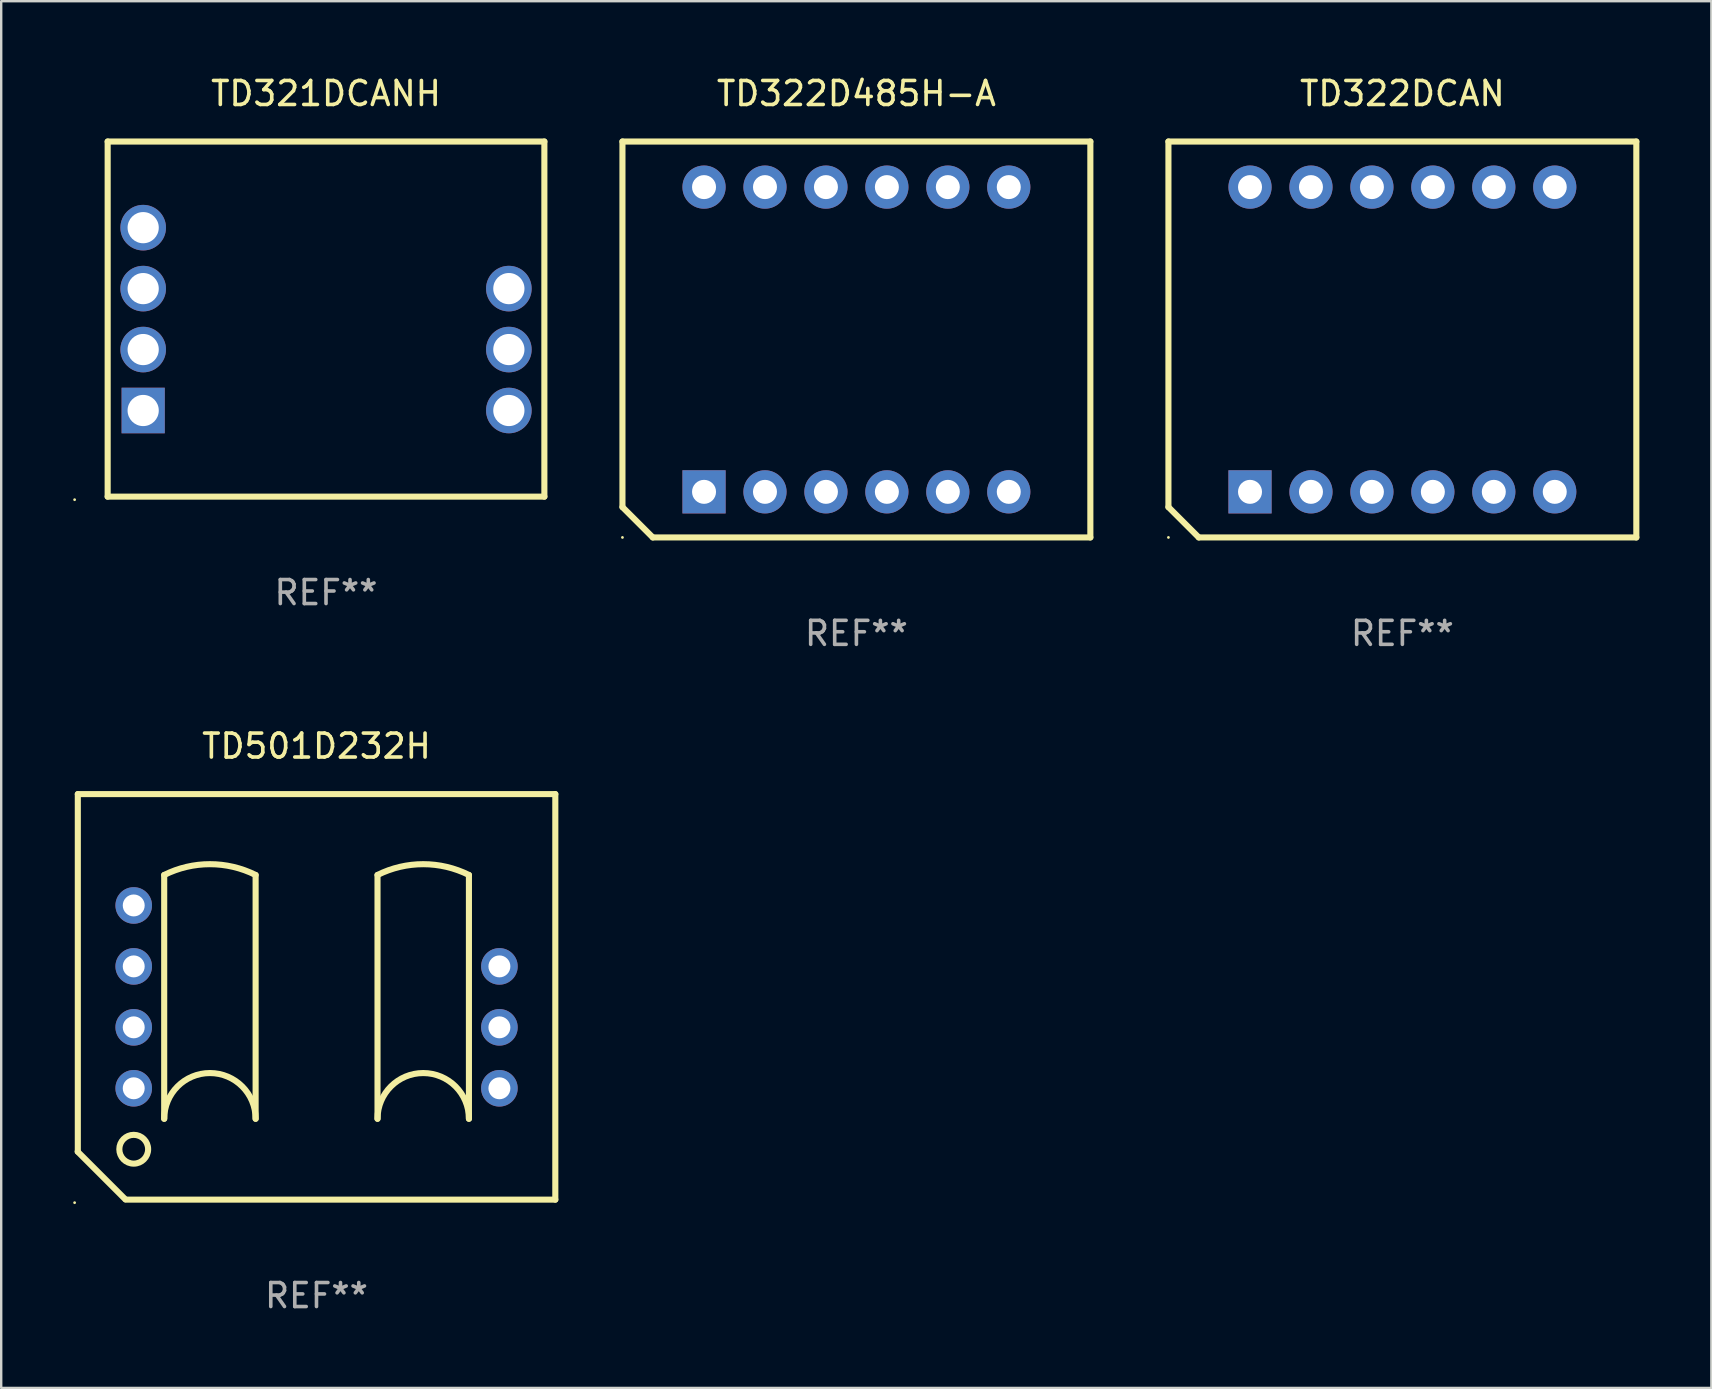
<source format=kicad_pcb>
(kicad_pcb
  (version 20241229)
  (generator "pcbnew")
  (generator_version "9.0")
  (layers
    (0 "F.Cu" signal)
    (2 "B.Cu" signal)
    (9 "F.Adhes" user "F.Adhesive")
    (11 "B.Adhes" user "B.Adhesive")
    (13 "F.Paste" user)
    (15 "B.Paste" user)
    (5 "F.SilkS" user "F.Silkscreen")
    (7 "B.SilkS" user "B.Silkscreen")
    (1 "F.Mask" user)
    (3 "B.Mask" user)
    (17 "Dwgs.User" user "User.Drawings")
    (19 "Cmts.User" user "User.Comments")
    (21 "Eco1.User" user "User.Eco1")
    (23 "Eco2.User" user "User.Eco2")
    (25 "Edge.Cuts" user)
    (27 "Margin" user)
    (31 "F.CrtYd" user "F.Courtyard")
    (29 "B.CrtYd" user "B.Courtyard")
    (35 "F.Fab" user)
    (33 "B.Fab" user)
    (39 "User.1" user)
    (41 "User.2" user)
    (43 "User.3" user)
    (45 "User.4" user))
  (footprint "TD321DCANH"
    (layer "F.Cu")
    (at 10.537 10.248)
    (property "Reference" "TD321DCANH" (at 0 -9.4 0) (layer "F.SilkS") (effects (font (size 1 1) (thickness 0.15))))
    (attr through_hole)
    (fp_line (start -9.1 -7.4) (end -9.1 7.4) (stroke (width 0.254) (type solid)) (layer "F.SilkS"))
    (fp_line (start -9.1 -7.4) (end 9.1 -7.4) (stroke (width 0.254) (type solid)) (layer "F.SilkS"))
    (fp_line (start -9.1 7.4) (end 9.1 7.4) (stroke (width 0.254) (type solid)) (layer "F.SilkS"))
    (fp_line (start 9.1 -7.4) (end 9.1 7.4) (stroke (width 0.254) (type solid)) (layer "F.SilkS"))
    (fp_circle (center -10.477 7.527) (end -10.447 7.527) (stroke (width 0.06) (type solid)) (fill no) (layer "F.SilkS"))
    (fp_text user "REF**" (at 0 11.4 0) (layer "F.Fab") (effects (font (size 1 1) (thickness 0.15))))
    (pad "1" thru_hole rect (at -7.62 3.81) (size 1.8 1.9) (drill 1.3) (layers "*.Cu" "*.Mask"))
    (pad "2" thru_hole circle (at -7.62 1.27) (size 1.9 1.9) (drill 1.3) (layers "*.Cu" "*.Mask"))
    (pad "3" thru_hole circle (at -7.62 -1.27) (size 1.9 1.9) (drill 1.3) (layers "*.Cu" "*.Mask"))
    (pad "4" thru_hole circle (at -7.62 -3.81) (size 1.9 1.9) (drill 1.3) (layers "*.Cu" "*.Mask"))
    (pad "6" thru_hole circle (at 7.62 -1.27) (size 1.9 1.9) (drill 1.3) (layers "*.Cu" "*.Mask"))
    (pad "7" thru_hole circle (at 7.62 1.27) (size 1.9 1.9) (drill 1.3) (layers "*.Cu" "*.Mask"))
    (pad "8" thru_hole circle (at 7.62 3.81) (size 1.9 1.9) (drill 1.3) (layers "*.Cu" "*.Mask")))
  (footprint "TD501D232H"
    (layer "F.Cu")
    (at 10.14 38.495)
    (property "Reference" "TD501D232H" (at 0 -10.45 0) (layer "F.SilkS") (effects (font (size 1 1) (thickness 0.15))))
    (attr through_hole)
    (fp_line (start -9.953 6.452) (end -7.972 8.433) (stroke (width 0.254) (type solid)) (layer "F.SilkS"))
    (fp_line (start -9.947 -8.45) (end -9.947 6.45) (stroke (width 0.254) (type solid)) (layer "F.SilkS"))
    (fp_line (start -9.947 -8.45) (end 9.953 -8.45) (stroke (width 0.254) (type solid)) (layer "F.SilkS"))
    (fp_line (start -7.947 8.45) (end 9.953 8.45) (stroke (width 0.254) (type solid)) (layer "F.SilkS"))
    (fp_line (start -6.347 -5.08) (end -6.347 5.08) (stroke (width 0.254) (type solid)) (layer "F.SilkS"))
    (fp_line (start -2.537 -5.08) (end -2.537 5.08) (stroke (width 0.254) (type solid)) (layer "F.SilkS"))
    (fp_line (start 2.543 -5.08) (end 2.543 5.08) (stroke (width 0.254) (type solid)) (layer "F.SilkS"))
    (fp_line (start 6.353 -5.08) (end 6.353 5.08) (stroke (width 0.254) (type solid)) (layer "F.SilkS"))
    (fp_line (start 9.953 -8.45) (end 9.953 8.45) (stroke (width 0.254) (type solid)) (layer "F.SilkS"))
    (fp_arc (start -6.346584 -5.08001) (mid -4.44158 -5.529721) (end -2.536577 -5.08001) (stroke (width 0.254001) (type solid)) (layer "F.SilkS"))
    (fp_arc (start -6.346584 5.08001) (mid -4.44158 3.175006) (end -2.536576 5.08001) (stroke (width 0.254001) (type solid)) (layer "F.SilkS"))
    (fp_arc (start 2.543434 -5.08001) (mid 4.448438 -5.529721) (end 6.353441 -5.08001) (stroke (width 0.254001) (type solid)) (layer "F.SilkS"))
    (fp_arc (start 2.543434 5.08001) (mid 4.448438 3.175006) (end 6.353442 5.08001) (stroke (width 0.254001) (type solid)) (layer "F.SilkS"))
    (fp_circle (center -10.08 8.577) (end -10.05 8.577) (stroke (width 0.06) (type solid)) (fill no) (layer "F.SilkS"))
    (fp_circle (center -7.617 6.35) (end -7.017 6.35) (stroke (width 0.254) (type solid)) (fill no) (layer "F.SilkS"))
    (fp_text user "REF**" (at 0 12.45 0) (layer "F.Fab") (effects (font (size 1 1) (thickness 0.15))))
    (pad "1" thru_hole circle (at -7.617 3.81) (size 1.524 1.524) (drill 0.914) (layers "*.Cu" "*.Mask"))
    (pad "2" thru_hole circle (at -7.617 1.27) (size 1.524 1.524) (drill 0.914) (layers "*.Cu" "*.Mask"))
    (pad "3" thru_hole circle (at -7.617 -1.27) (size 1.524 1.524) (drill 0.914) (layers "*.Cu" "*.Mask"))
    (pad "4" thru_hole circle (at -7.617 -3.81) (size 1.524 1.524) (drill 0.914) (layers "*.Cu" "*.Mask"))
    (pad "6" thru_hole circle (at 7.623 -1.27) (size 1.524 1.524) (drill 0.914) (layers "*.Cu" "*.Mask"))
    (pad "7" thru_hole circle (at 7.623 1.27) (size 1.524 1.524) (drill 0.914) (layers "*.Cu" "*.Mask"))
    (pad "8" thru_hole circle (at 7.623 3.81) (size 1.524 1.524) (drill 0.914) (layers "*.Cu" "*.Mask")))
  (footprint "TD322DCAN"
    (layer "F.Cu")
    (at 55.395 11.098)
    (property "Reference" "TD322DCAN" (at 0 -10.25 0) (layer "F.SilkS") (effects (font (size 1 1) (thickness 0.15))))
    (attr through_hole)
    (fp_line (start -9.75 -8.25) (end 9.75 -8.25) (stroke (width 0.254) (type solid)) (layer "F.SilkS"))
    (fp_line (start -9.75 6.985) (end -9.75 -8.25) (stroke (width 0.254) (type solid)) (layer "F.SilkS"))
    (fp_line (start -8.485 8.25) (end -9.75 6.985) (stroke (width 0.254) (type solid)) (layer "F.SilkS"))
    (fp_line (start 9.75 8.25) (end -8.485 8.25) (stroke (width 0.254) (type solid)) (layer "F.SilkS"))
    (fp_line (start 9.75 8.25) (end 9.75 -8.25) (stroke (width 0.254) (type solid)) (layer "F.SilkS"))
    (fp_circle (center -9.75 8.25) (end -9.72 8.25) (stroke (width 0.06) (type solid)) (fill no) (layer "F.SilkS"))
    (fp_text user "REF**" (at 0 12.25 0) (layer "F.Fab") (effects (font (size 1 1) (thickness 0.15))))
    (pad "1" thru_hole rect (at -6.35 6.35) (size 1.8 1.8) (drill 1) (layers "*.Cu" "*.Mask"))
    (pad "2" thru_hole circle (at -3.81 6.35) (size 1.8 1.8) (drill 1) (layers "*.Cu" "*.Mask"))
    (pad "3" thru_hole circle (at -1.27 6.35) (size 1.8 1.8) (drill 1) (layers "*.Cu" "*.Mask"))
    (pad "4" thru_hole circle (at 1.27 6.35) (size 1.8 1.8) (drill 1) (layers "*.Cu" "*.Mask"))
    (pad "5" thru_hole circle (at 3.81 6.35) (size 1.8 1.8) (drill 1) (layers "*.Cu" "*.Mask"))
    (pad "6" thru_hole circle (at 6.35 6.35) (size 1.8 1.8) (drill 1) (layers "*.Cu" "*.Mask"))
    (pad "7" thru_hole circle (at 6.35 -6.35) (size 1.8 1.8) (drill 1) (layers "*.Cu" "*.Mask"))
    (pad "8" thru_hole circle (at 3.81 -6.35) (size 1.8 1.8) (drill 1) (layers "*.Cu" "*.Mask"))
    (pad "9" thru_hole circle (at 1.27 -6.35) (size 1.8 1.8) (drill 1) (layers "*.Cu" "*.Mask"))
    (pad "10" thru_hole circle (at -1.27 -6.35) (size 1.8 1.8) (drill 1) (layers "*.Cu" "*.Mask"))
    (pad "11" thru_hole circle (at -3.81 -6.35) (size 1.8 1.8) (drill 1) (layers "*.Cu" "*.Mask"))
    (pad "12" thru_hole circle (at -6.35 -6.35) (size 1.8 1.8) (drill 1) (layers "*.Cu" "*.Mask")))
  (footprint "TD322D485H-A"
    (layer "F.Cu")
    (at 32.641 11.098)
    (property "Reference" "TD322D485H-A" (at 0 -10.25 0) (layer "F.SilkS") (effects (font (size 1 1) (thickness 0.15))))
    (attr through_hole)
    (fp_line (start -9.75 -8.25) (end 9.75 -8.25) (stroke (width 0.254) (type solid)) (layer "F.SilkS"))
    (fp_line (start -9.75 6.985) (end -9.75 -8.25) (stroke (width 0.254) (type solid)) (layer "F.SilkS"))
    (fp_line (start -8.485 8.25) (end -9.75 6.985) (stroke (width 0.254) (type solid)) (layer "F.SilkS"))
    (fp_line (start 9.75 8.25) (end -8.485 8.25) (stroke (width 0.254) (type solid)) (layer "F.SilkS"))
    (fp_line (start 9.75 8.25) (end 9.75 -8.25) (stroke (width 0.254) (type solid)) (layer "F.SilkS"))
    (fp_circle (center -9.75 8.25) (end -9.72 8.25) (stroke (width 0.06) (type solid)) (fill no) (layer "F.SilkS"))
    (fp_text user "REF**" (at 0 12.25 0) (layer "F.Fab") (effects (font (size 1 1) (thickness 0.15))))
    (pad "1" thru_hole rect (at -6.35 6.35) (size 1.8 1.8) (drill 1) (layers "*.Cu" "*.Mask"))
    (pad "2" thru_hole circle (at -3.81 6.35) (size 1.8 1.8) (drill 1) (layers "*.Cu" "*.Mask"))
    (pad "3" thru_hole circle (at -1.27 6.35) (size 1.8 1.8) (drill 1) (layers "*.Cu" "*.Mask"))
    (pad "4" thru_hole circle (at 1.27 6.35) (size 1.8 1.8) (drill 1) (layers "*.Cu" "*.Mask"))
    (pad "5" thru_hole circle (at 3.81 6.35) (size 1.8 1.8) (drill 1) (layers "*.Cu" "*.Mask"))
    (pad "6" thru_hole circle (at 6.35 6.35) (size 1.8 1.8) (drill 1) (layers "*.Cu" "*.Mask"))
    (pad "7" thru_hole circle (at 6.35 -6.35) (size 1.8 1.8) (drill 1) (layers "*.Cu" "*.Mask"))
    (pad "8" thru_hole circle (at 3.81 -6.35) (size 1.8 1.8) (drill 1) (layers "*.Cu" "*.Mask"))
    (pad "9" thru_hole circle (at 1.27 -6.35) (size 1.8 1.8) (drill 1) (layers "*.Cu" "*.Mask"))
    (pad "10" thru_hole circle (at -1.27 -6.35) (size 1.8 1.8) (drill 1) (layers "*.Cu" "*.Mask"))
    (pad "11" thru_hole circle (at -3.81 -6.35) (size 1.8 1.8) (drill 1) (layers "*.Cu" "*.Mask"))
    (pad "12" thru_hole circle (at -6.35 -6.35) (size 1.8 1.8) (drill 1) (layers "*.Cu" "*.Mask")))
  (gr_rect
    (start -3 -3)
    (end 68.272 54.793)
    (stroke (width 0.1) (type default))
    (fill no)
    (layer "Edge.Cuts")))
</source>
